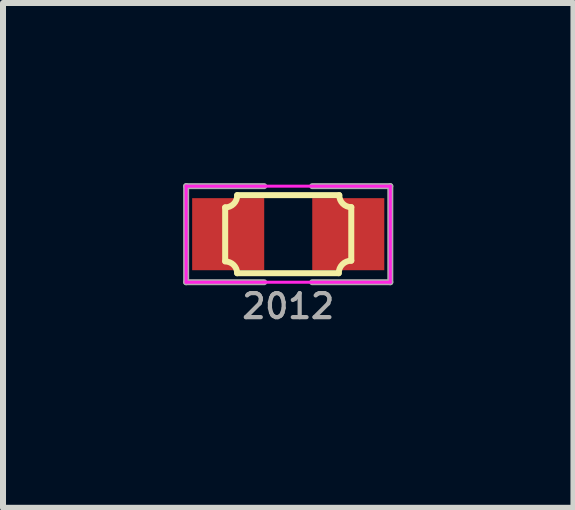
<source format=kicad_pcb>
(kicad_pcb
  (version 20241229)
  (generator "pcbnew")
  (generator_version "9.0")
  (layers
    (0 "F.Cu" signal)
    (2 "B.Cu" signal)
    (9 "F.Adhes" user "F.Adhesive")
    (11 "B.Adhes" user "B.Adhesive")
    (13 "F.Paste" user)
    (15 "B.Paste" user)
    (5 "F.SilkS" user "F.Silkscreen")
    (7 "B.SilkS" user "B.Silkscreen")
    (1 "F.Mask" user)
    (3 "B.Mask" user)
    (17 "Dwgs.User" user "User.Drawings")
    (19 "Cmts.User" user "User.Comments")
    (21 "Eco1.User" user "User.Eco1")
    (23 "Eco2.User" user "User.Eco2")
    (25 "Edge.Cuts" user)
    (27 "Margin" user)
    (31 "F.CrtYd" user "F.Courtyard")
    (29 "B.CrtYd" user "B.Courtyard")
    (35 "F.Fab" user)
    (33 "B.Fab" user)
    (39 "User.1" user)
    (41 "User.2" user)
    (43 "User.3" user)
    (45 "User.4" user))
  (footprint "2012"
    (layer "F.Cu")
    (at 1.75 0.85)
    (property "Reference" "2012" (at 0 1.2 180) (layer "F.Fab") (effects (font (size 0.4 0.4) (thickness 0.07))))
    (attr smd)
    (fp_line (start -1.05 -0.446) (end -1.05 0.446) (stroke (width 0.1) (type solid)) (layer "F.SilkS"))
    (fp_line (start -0.85 -0.65) (end 0.85 -0.65) (stroke (width 0.1) (type solid)) (layer "F.SilkS"))
    (fp_line (start -0.85 0.65) (end 0.841 0.65) (stroke (width 0.1) (type solid)) (layer "F.SilkS"))
    (fp_line (start 1.05 -0.45) (end 1.05 0.441) (stroke (width 0.1) (type solid)) (layer "F.SilkS"))
    (fp_arc (start -1.05 0.454244) (mid -0.910071 0.511327) (end -0.85 0.65) (stroke (width 0.1) (type default)) (layer "F.SilkS"))
    (fp_arc (start -0.85 -0.65) (mid -0.907037 -0.505781) (end -1.05 -0.445664) (stroke (width 0.1) (type default)) (layer "F.SilkS"))
    (fp_arc (start 0.841421 0.65) (mid 0.902512 0.502512) (end 1.05 0.441421) (stroke (width 0.1) (type default)) (layer "F.SilkS"))
    (fp_arc (start 1.05 -0.45) (mid 0.908579 -0.508579) (end 0.85 -0.65) (stroke (width 0.1) (type default)) (layer "F.SilkS"))
    (fp_line (start -1.7 -0.8) (end -1.7 0.8) (stroke (width 0.05) (type solid)) (layer "F.CrtYd"))
    (fp_line (start 1.7 -0.8) (end -1.7 -0.8) (stroke (width 0.05) (type solid)) (layer "F.CrtYd"))
    (fp_line (start 1.7 -0.8) (end 1.7 0.8) (stroke (width 0.05) (type solid)) (layer "F.CrtYd"))
    (fp_line (start 1.7 0.8) (end -1.7 0.8) (stroke (width 0.05) (type solid)) (layer "F.CrtYd"))
    (fp_line (start -1.7 -0.8) (end -1.7 0.8) (stroke (width 0.1) (type solid)) (layer "F.Fab"))
    (fp_line (start -0.4 -0.8) (end -1.7 -0.8) (stroke (width 0.1) (type solid)) (layer "F.Fab"))
    (fp_line (start -0.4 0.8) (end -1.7 0.8) (stroke (width 0.1) (type solid)) (layer "F.Fab"))
    (fp_line (start 1.7 -0.8) (end 0.4 -0.8) (stroke (width 0.1) (type solid)) (layer "F.Fab"))
    (fp_line (start 1.7 -0.8) (end 1.7 0.8) (stroke (width 0.1) (type solid)) (layer "F.Fab"))
    (fp_line (start 1.7 0.8) (end 0.4 0.8) (stroke (width 0.1) (type solid)) (layer "F.Fab"))
    (pad "1" smd rect (at -1 0) (size 1.2 1.2) (layers "F.Cu" "F.Mask" "F.Paste"))
    (pad "2" smd rect (at 1 0) (size 1.2 1.2) (layers "F.Cu" "F.Mask" "F.Paste")))
  (gr_rect
    (start -3 -3)
    (end 6.5 5.407)
    (stroke (width 0.1) (type default))
    (fill no)
    (layer "Edge.Cuts")))
</source>
